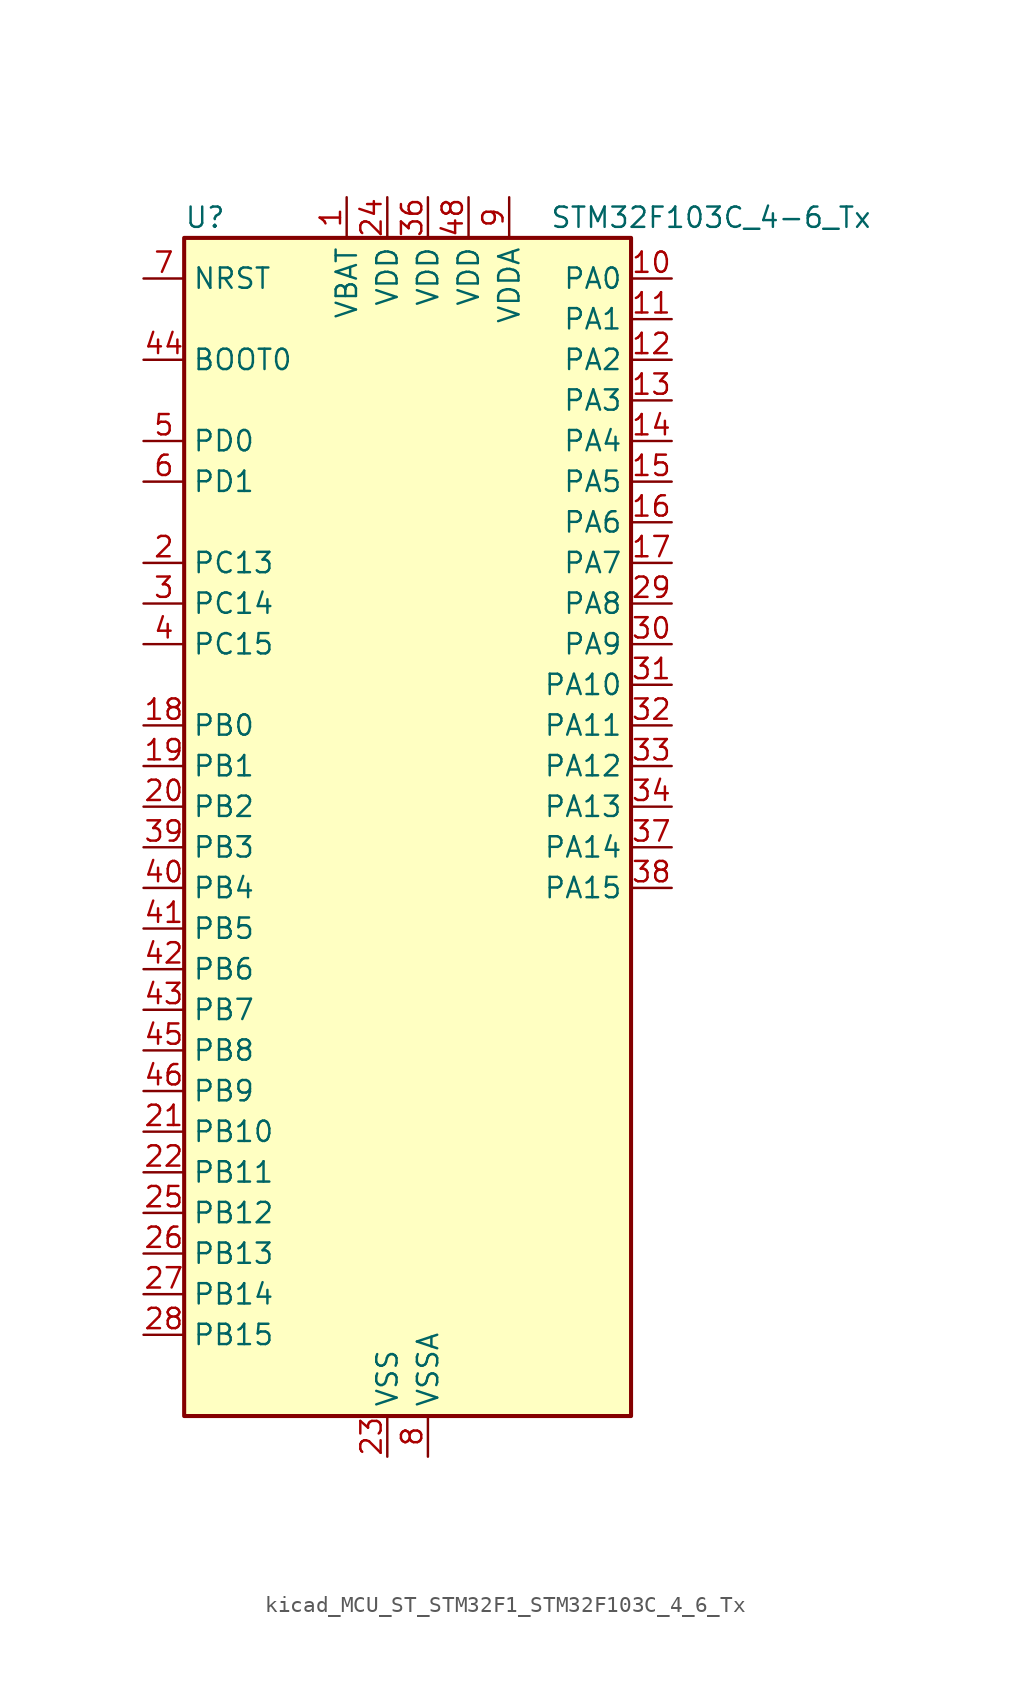
<source format=kicad_sym>
(kicad_symbol_lib
  (version 20220914)
  (generator kicad_symbol_editor)
  (symbol "kicad_MCU_ST_STM32F1_STM32F103C_4_6_Tx"
    (property "Reference" "U"
      (at -12.7 39.37 0)
      (effects (font (size 1.27 1.27)) (justify left)))
    (property "Value" "STM32F103C_4-6_Tx"
      (at 10.16 39.37 0)
      (effects (font (size 1.27 1.27)) (justify left)))
    (property "ki_locked" ""
      (at 0 0 0)
      (effects (font (size 1.27 1.27))))
    (symbol "kicad_MCU_ST_STM32F1_STM32F103C_4_6_Tx_0_1"
      (rectangle (start -12.7 -35.56) (end 15.24 38.1) (stroke (width 0.254) (type default)) (fill (type background))))
    (symbol "kicad_MCU_ST_STM32F1_STM32F103C_4_6_Tx_1_1"
      (pin power_in line (at -2.54 40.64 270) (length 2.54) (name "VBAT" (effects (font (size 1.27 1.27)))) (number "1" (effects (font (size 1.27 1.27)))))
      (pin bidirectional line (at 17.78 35.56 180) (length 2.54) (name "PA0" (effects (font (size 1.27 1.27)))) (number "10" (effects (font (size 1.27 1.27)))) (alternate "ADC1_IN0" bidirectional line) (alternate "ADC2_IN0" bidirectional line) (alternate "SYS_WKUP" bidirectional line) (alternate "TIM2_CH1" bidirectional line) (alternate "TIM2_ETR" bidirectional line) (alternate "USART2_CTS" bidirectional line))
      (pin bidirectional line (at 17.78 33.02 180) (length 2.54) (name "PA1" (effects (font (size 1.27 1.27)))) (number "11" (effects (font (size 1.27 1.27)))) (alternate "ADC1_IN1" bidirectional line) (alternate "ADC2_IN1" bidirectional line) (alternate "TIM2_CH2" bidirectional line) (alternate "USART2_RTS" bidirectional line))
      (pin bidirectional line (at 17.78 30.48 180) (length 2.54) (name "PA2" (effects (font (size 1.27 1.27)))) (number "12" (effects (font (size 1.27 1.27)))) (alternate "ADC1_IN2" bidirectional line) (alternate "ADC2_IN2" bidirectional line) (alternate "TIM2_CH3" bidirectional line) (alternate "USART2_TX" bidirectional line))
      (pin bidirectional line (at 17.78 27.94 180) (length 2.54) (name "PA3" (effects (font (size 1.27 1.27)))) (number "13" (effects (font (size 1.27 1.27)))) (alternate "ADC1_IN3" bidirectional line) (alternate "ADC2_IN3" bidirectional line) (alternate "TIM2_CH4" bidirectional line) (alternate "USART2_RX" bidirectional line))
      (pin bidirectional line (at 17.78 25.4 180) (length 2.54) (name "PA4" (effects (font (size 1.27 1.27)))) (number "14" (effects (font (size 1.27 1.27)))) (alternate "ADC1_IN4" bidirectional line) (alternate "ADC2_IN4" bidirectional line) (alternate "SPI1_NSS" bidirectional line) (alternate "USART2_CK" bidirectional line))
      (pin bidirectional line (at 17.78 22.86 180) (length 2.54) (name "PA5" (effects (font (size 1.27 1.27)))) (number "15" (effects (font (size 1.27 1.27)))) (alternate "ADC1_IN5" bidirectional line) (alternate "ADC2_IN5" bidirectional line) (alternate "SPI1_SCK" bidirectional line))
      (pin bidirectional line (at 17.78 20.32 180) (length 2.54) (name "PA6" (effects (font (size 1.27 1.27)))) (number "16" (effects (font (size 1.27 1.27)))) (alternate "ADC1_IN6" bidirectional line) (alternate "ADC2_IN6" bidirectional line) (alternate "SPI1_MISO" bidirectional line) (alternate "TIM1_BKIN" bidirectional line) (alternate "TIM3_CH1" bidirectional line))
      (pin bidirectional line (at 17.78 17.78 180) (length 2.54) (name "PA7" (effects (font (size 1.27 1.27)))) (number "17" (effects (font (size 1.27 1.27)))) (alternate "ADC1_IN7" bidirectional line) (alternate "ADC2_IN7" bidirectional line) (alternate "SPI1_MOSI" bidirectional line) (alternate "TIM1_CH1N" bidirectional line) (alternate "TIM3_CH2" bidirectional line))
      (pin bidirectional line (at -15.24 7.62 0) (length 2.54) (name "PB0" (effects (font (size 1.27 1.27)))) (number "18" (effects (font (size 1.27 1.27)))) (alternate "ADC1_IN8" bidirectional line) (alternate "ADC2_IN8" bidirectional line) (alternate "TIM1_CH2N" bidirectional line) (alternate "TIM3_CH3" bidirectional line))
      (pin bidirectional line (at -15.24 5.08 0) (length 2.54) (name "PB1" (effects (font (size 1.27 1.27)))) (number "19" (effects (font (size 1.27 1.27)))) (alternate "ADC1_IN9" bidirectional line) (alternate "ADC2_IN9" bidirectional line) (alternate "TIM1_CH3N" bidirectional line) (alternate "TIM3_CH4" bidirectional line))
      (pin bidirectional line (at -15.24 17.78 0) (length 2.54) (name "PC13" (effects (font (size 1.27 1.27)))) (number "2" (effects (font (size 1.27 1.27)))) (alternate "RTC_OUT" bidirectional line) (alternate "RTC_TAMPER" bidirectional line))
      (pin bidirectional line (at -15.24 2.54 0) (length 2.54) (name "PB2" (effects (font (size 1.27 1.27)))) (number "20" (effects (font (size 1.27 1.27)))))
      (pin bidirectional line (at -15.24 -17.78 0) (length 2.54) (name "PB10" (effects (font (size 1.27 1.27)))) (number "21" (effects (font (size 1.27 1.27)))) (alternate "TIM2_CH3" bidirectional line))
      (pin bidirectional line (at -15.24 -20.32 0) (length 2.54) (name "PB11" (effects (font (size 1.27 1.27)))) (number "22" (effects (font (size 1.27 1.27)))) (alternate "ADC1_EXTI11" bidirectional line) (alternate "ADC2_EXTI11" bidirectional line) (alternate "TIM2_CH4" bidirectional line))
      (pin power_in line (at 0 -38.1 90) (length 2.54) (name "VSS" (effects (font (size 1.27 1.27)))) (number "23" (effects (font (size 1.27 1.27)))))
      (pin power_in line (at 0 40.64 270) (length 2.54) (name "VDD" (effects (font (size 1.27 1.27)))) (number "24" (effects (font (size 1.27 1.27)))))
      (pin bidirectional line (at -15.24 -22.86 0) (length 2.54) (name "PB12" (effects (font (size 1.27 1.27)))) (number "25" (effects (font (size 1.27 1.27)))) (alternate "TIM1_BKIN" bidirectional line))
      (pin bidirectional line (at -15.24 -25.4 0) (length 2.54) (name "PB13" (effects (font (size 1.27 1.27)))) (number "26" (effects (font (size 1.27 1.27)))) (alternate "TIM1_CH1N" bidirectional line))
      (pin bidirectional line (at -15.24 -27.94 0) (length 2.54) (name "PB14" (effects (font (size 1.27 1.27)))) (number "27" (effects (font (size 1.27 1.27)))) (alternate "TIM1_CH2N" bidirectional line))
      (pin bidirectional line (at -15.24 -30.48 0) (length 2.54) (name "PB15" (effects (font (size 1.27 1.27)))) (number "28" (effects (font (size 1.27 1.27)))) (alternate "ADC1_EXTI15" bidirectional line) (alternate "ADC2_EXTI15" bidirectional line) (alternate "TIM1_CH3N" bidirectional line))
      (pin bidirectional line (at 17.78 15.24 180) (length 2.54) (name "PA8" (effects (font (size 1.27 1.27)))) (number "29" (effects (font (size 1.27 1.27)))) (alternate "RCC_MCO" bidirectional line) (alternate "TIM1_CH1" bidirectional line) (alternate "USART1_CK" bidirectional line))
      (pin bidirectional line (at -15.24 15.24 0) (length 2.54) (name "PC14" (effects (font (size 1.27 1.27)))) (number "3" (effects (font (size 1.27 1.27)))) (alternate "RCC_OSC32_IN" bidirectional line))
      (pin bidirectional line (at 17.78 12.7 180) (length 2.54) (name "PA9" (effects (font (size 1.27 1.27)))) (number "30" (effects (font (size 1.27 1.27)))) (alternate "TIM1_CH2" bidirectional line) (alternate "USART1_TX" bidirectional line))
      (pin bidirectional line (at 17.78 10.16 180) (length 2.54) (name "PA10" (effects (font (size 1.27 1.27)))) (number "31" (effects (font (size 1.27 1.27)))) (alternate "TIM1_CH3" bidirectional line) (alternate "USART1_RX" bidirectional line))
      (pin bidirectional line (at 17.78 7.62 180) (length 2.54) (name "PA11" (effects (font (size 1.27 1.27)))) (number "32" (effects (font (size 1.27 1.27)))) (alternate "ADC1_EXTI11" bidirectional line) (alternate "ADC2_EXTI11" bidirectional line) (alternate "CAN_RX" bidirectional line) (alternate "TIM1_CH4" bidirectional line) (alternate "USART1_CTS" bidirectional line) (alternate "USB_DM" bidirectional line))
      (pin bidirectional line (at 17.78 5.08 180) (length 2.54) (name "PA12" (effects (font (size 1.27 1.27)))) (number "33" (effects (font (size 1.27 1.27)))) (alternate "CAN_TX" bidirectional line) (alternate "TIM1_ETR" bidirectional line) (alternate "USART1_RTS" bidirectional line) (alternate "USB_DP" bidirectional line))
      (pin bidirectional line (at 17.78 2.54 180) (length 2.54) (name "PA13" (effects (font (size 1.27 1.27)))) (number "34" (effects (font (size 1.27 1.27)))) (alternate "SYS_JTMS-SWDIO" bidirectional line))
      (pin passive line (at 0 -38.1 90) (length 2.54) hide (name "VSS" (effects (font (size 1.27 1.27)))) (number "35" (effects (font (size 1.27 1.27)))))
      (pin power_in line (at 2.54 40.64 270) (length 2.54) (name "VDD" (effects (font (size 1.27 1.27)))) (number "36" (effects (font (size 1.27 1.27)))))
      (pin bidirectional line (at 17.78 0 180) (length 2.54) (name "PA14" (effects (font (size 1.27 1.27)))) (number "37" (effects (font (size 1.27 1.27)))) (alternate "SYS_JTCK-SWCLK" bidirectional line))
      (pin bidirectional line (at 17.78 -2.54 180) (length 2.54) (name "PA15" (effects (font (size 1.27 1.27)))) (number "38" (effects (font (size 1.27 1.27)))) (alternate "ADC1_EXTI15" bidirectional line) (alternate "ADC2_EXTI15" bidirectional line) (alternate "SPI1_NSS" bidirectional line) (alternate "SYS_JTDI" bidirectional line) (alternate "TIM2_CH1" bidirectional line) (alternate "TIM2_ETR" bidirectional line))
      (pin bidirectional line (at -15.24 0 0) (length 2.54) (name "PB3" (effects (font (size 1.27 1.27)))) (number "39" (effects (font (size 1.27 1.27)))) (alternate "SPI1_SCK" bidirectional line) (alternate "SYS_JTDO-TRACESWO" bidirectional line) (alternate "TIM2_CH2" bidirectional line))
      (pin bidirectional line (at -15.24 12.7 0) (length 2.54) (name "PC15" (effects (font (size 1.27 1.27)))) (number "4" (effects (font (size 1.27 1.27)))) (alternate "ADC1_EXTI15" bidirectional line) (alternate "ADC2_EXTI15" bidirectional line) (alternate "RCC_OSC32_OUT" bidirectional line))
      (pin bidirectional line (at -15.24 -2.54 0) (length 2.54) (name "PB4" (effects (font (size 1.27 1.27)))) (number "40" (effects (font (size 1.27 1.27)))) (alternate "SPI1_MISO" bidirectional line) (alternate "SYS_NJTRST" bidirectional line) (alternate "TIM3_CH1" bidirectional line))
      (pin bidirectional line (at -15.24 -5.08 0) (length 2.54) (name "PB5" (effects (font (size 1.27 1.27)))) (number "41" (effects (font (size 1.27 1.27)))) (alternate "I2C1_SMBA" bidirectional line) (alternate "SPI1_MOSI" bidirectional line) (alternate "TIM3_CH2" bidirectional line))
      (pin bidirectional line (at -15.24 -7.62 0) (length 2.54) (name "PB6" (effects (font (size 1.27 1.27)))) (number "42" (effects (font (size 1.27 1.27)))) (alternate "I2C1_SCL" bidirectional line) (alternate "USART1_TX" bidirectional line))
      (pin bidirectional line (at -15.24 -10.16 0) (length 2.54) (name "PB7" (effects (font (size 1.27 1.27)))) (number "43" (effects (font (size 1.27 1.27)))) (alternate "I2C1_SDA" bidirectional line) (alternate "USART1_RX" bidirectional line))
      (pin input line (at -15.24 30.48 0) (length 2.54) (name "BOOT0" (effects (font (size 1.27 1.27)))) (number "44" (effects (font (size 1.27 1.27)))))
      (pin bidirectional line (at -15.24 -12.7 0) (length 2.54) (name "PB8" (effects (font (size 1.27 1.27)))) (number "45" (effects (font (size 1.27 1.27)))) (alternate "CAN_RX" bidirectional line) (alternate "I2C1_SCL" bidirectional line))
      (pin bidirectional line (at -15.24 -15.24 0) (length 2.54) (name "PB9" (effects (font (size 1.27 1.27)))) (number "46" (effects (font (size 1.27 1.27)))) (alternate "CAN_TX" bidirectional line) (alternate "I2C1_SDA" bidirectional line))
      (pin passive line (at 0 -38.1 90) (length 2.54) hide (name "VSS" (effects (font (size 1.27 1.27)))) (number "47" (effects (font (size 1.27 1.27)))))
      (pin power_in line (at 5.08 40.64 270) (length 2.54) (name "VDD" (effects (font (size 1.27 1.27)))) (number "48" (effects (font (size 1.27 1.27)))))
      (pin bidirectional line (at -15.24 25.4 0) (length 2.54) (name "PD0" (effects (font (size 1.27 1.27)))) (number "5" (effects (font (size 1.27 1.27)))) (alternate "RCC_OSC_IN" bidirectional line))
      (pin bidirectional line (at -15.24 22.86 0) (length 2.54) (name "PD1" (effects (font (size 1.27 1.27)))) (number "6" (effects (font (size 1.27 1.27)))) (alternate "RCC_OSC_OUT" bidirectional line))
      (pin input line (at -15.24 35.56 0) (length 2.54) (name "NRST" (effects (font (size 1.27 1.27)))) (number "7" (effects (font (size 1.27 1.27)))))
      (pin power_in line (at 2.54 -38.1 90) (length 2.54) (name "VSSA" (effects (font (size 1.27 1.27)))) (number "8" (effects (font (size 1.27 1.27)))))
      (pin power_in line (at 7.62 40.64 270) (length 2.54) (name "VDDA" (effects (font (size 1.27 1.27)))) (number "9" (effects (font (size 1.27 1.27))))))))
</source>
